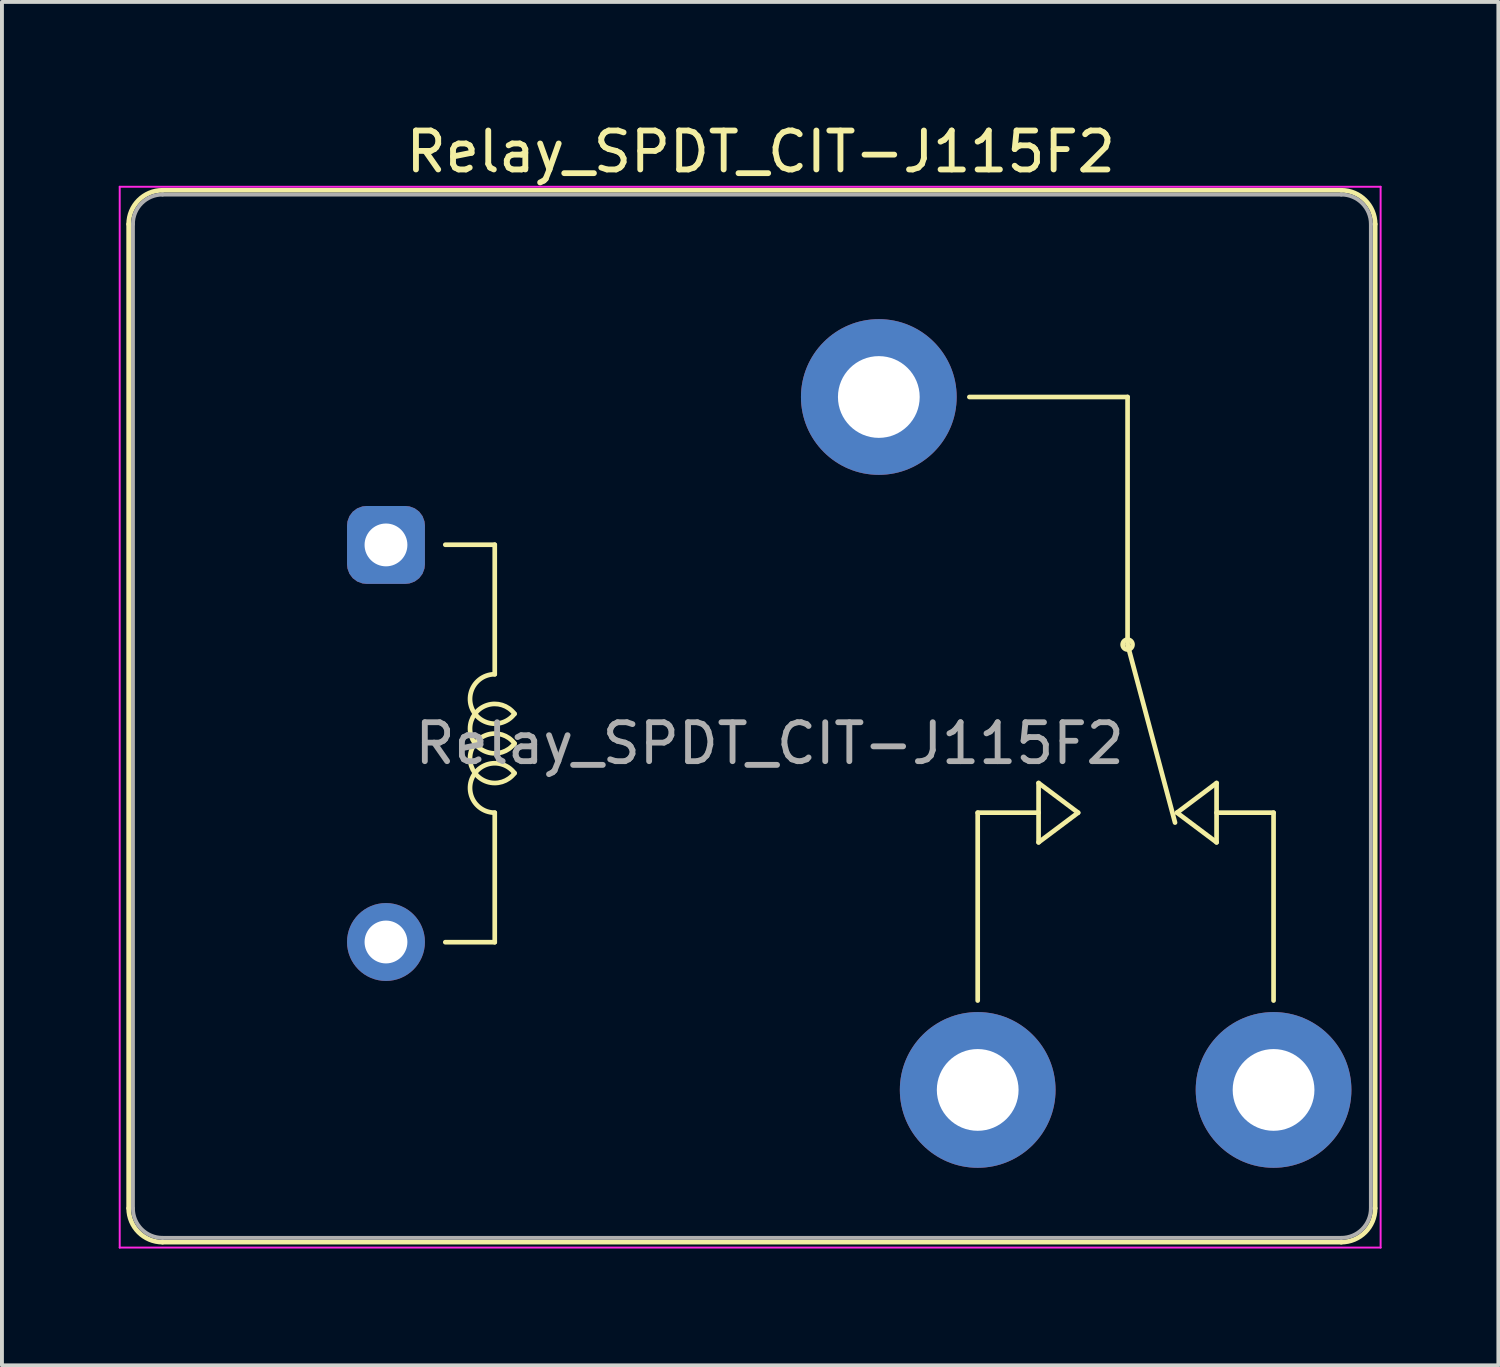
<source format=kicad_pcb>
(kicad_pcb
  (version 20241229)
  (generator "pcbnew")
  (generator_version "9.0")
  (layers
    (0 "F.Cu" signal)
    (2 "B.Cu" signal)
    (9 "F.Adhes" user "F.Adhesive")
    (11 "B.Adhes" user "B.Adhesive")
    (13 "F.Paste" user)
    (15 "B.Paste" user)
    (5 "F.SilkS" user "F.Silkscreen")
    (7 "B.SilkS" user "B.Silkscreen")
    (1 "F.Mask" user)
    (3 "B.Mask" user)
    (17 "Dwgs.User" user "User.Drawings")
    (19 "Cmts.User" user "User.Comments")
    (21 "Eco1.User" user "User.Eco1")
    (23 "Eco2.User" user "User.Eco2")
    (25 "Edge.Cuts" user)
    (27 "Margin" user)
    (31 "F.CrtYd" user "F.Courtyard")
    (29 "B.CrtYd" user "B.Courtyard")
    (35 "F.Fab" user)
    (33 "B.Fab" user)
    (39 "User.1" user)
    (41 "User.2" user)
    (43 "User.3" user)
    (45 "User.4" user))
  (footprint "Relay_SPDT_CIT-J115F2"
    (layer "F.Cu")
    (at 4.325 16.048)
    (property "Reference" "Relay_SPDT_CIT-J115F2" (at 12.167 -15.2 0) (layer "F.SilkS") (effects (font (size 1 1) (thickness 0.15))))
    (attr through_hole)
    (fp_line (start -4.07 -13.34) (end -4.07 11.94) (stroke (width 0.12) (type solid)) (layer "F.SilkS"))
    (fp_line (start -3.2 -14.21) (end 27.08 -14.21) (stroke (width 0.12) (type solid)) (layer "F.SilkS"))
    (fp_line (start -3.2 12.81) (end 27.08 12.81) (stroke (width 0.12) (type solid)) (layer "F.SilkS"))
    (fp_line (start 4.064 -5.105) (end 5.334 -5.105) (stroke (width 0.12) (type solid)) (layer "F.SilkS"))
    (fp_line (start 5.334 -1.778) (end 5.334 -5.105) (stroke (width 0.12) (type solid)) (layer "F.SilkS"))
    (fp_line (start 5.334 5.105) (end 4.064 5.105) (stroke (width 0.12) (type solid)) (layer "F.SilkS"))
    (fp_line (start 5.334 5.105) (end 5.334 1.778) (stroke (width 0.12) (type solid)) (layer "F.SilkS"))
    (fp_line (start 17.74 1.778) (end 19.304 1.778) (stroke (width 0.12) (type solid)) (layer "F.SilkS"))
    (fp_line (start 17.74 6.604) (end 17.74 1.778) (stroke (width 0.12) (type solid)) (layer "F.SilkS"))
    (fp_line (start 19.304 1.016) (end 19.304 2.54) (stroke (width 0.12) (type solid)) (layer "F.SilkS"))
    (fp_line (start 19.304 2.54) (end 20.32 1.778) (stroke (width 0.12) (type solid)) (layer "F.SilkS"))
    (fp_line (start 20.32 1.778) (end 19.304 1.016) (stroke (width 0.12) (type solid)) (layer "F.SilkS"))
    (fp_line (start 21.59 -8.9) (end 17.526 -8.9) (stroke (width 0.12) (type solid)) (layer "F.SilkS"))
    (fp_line (start 21.59 -2.54) (end 21.59 -8.9) (stroke (width 0.12) (type solid)) (layer "F.SilkS"))
    (fp_line (start 21.59 -2.54) (end 22.809 2.032) (stroke (width 0.12) (type solid)) (layer "F.SilkS"))
    (fp_line (start 22.86 1.778) (end 23.876 1.016) (stroke (width 0.12) (type solid)) (layer "F.SilkS"))
    (fp_line (start 23.876 1.778) (end 25.34 1.778) (stroke (width 0.12) (type solid)) (layer "F.SilkS"))
    (fp_line (start 23.876 2.54) (end 22.86 1.778) (stroke (width 0.12) (type solid)) (layer "F.SilkS"))
    (fp_line (start 23.876 2.54) (end 23.876 1.016) (stroke (width 0.12) (type solid)) (layer "F.SilkS"))
    (fp_line (start 25.34 1.778) (end 25.34 6.604) (stroke (width 0.12) (type solid)) (layer "F.SilkS"))
    (fp_line (start 27.95 -13.34) (end 27.95 11.94) (stroke (width 0.12) (type solid)) (layer "F.SilkS"))
    (fp_arc (start -4.07 -13.34) (mid -3.815183 -13.955183) (end -3.2 -14.21) (stroke (width 0.12) (type solid)) (layer "F.SilkS"))
    (fp_arc (start -3.2 12.81) (mid -3.815183 12.555183) (end -4.07 11.94) (stroke (width 0.12) (type solid)) (layer "F.SilkS"))
    (fp_arc (start 5.334002 1.777997) (mid 4.765966 0.859166) (end 5.841802 0.76173) (stroke (width 0.12) (type solid)) (layer "F.SilkS"))
    (fp_arc (start 5.8418 -0.761733) (mid 4.765964 -0.859168) (end 5.334 -1.778) (stroke (width 0.12) (type solid)) (layer "F.SilkS"))
    (fp_arc (start 5.842265 -0.000355) (mid 4.699002 -0.38078) (end 5.842 -0.762001) (stroke (width 0.12) (type solid)) (layer "F.SilkS"))
    (fp_arc (start 5.842266 0.761644) (mid 4.699003 0.381219) (end 5.842001 -0.000002) (stroke (width 0.12) (type solid)) (layer "F.SilkS"))
    (fp_arc (start 27.08 -14.21) (mid 27.695183 -13.955183) (end 27.95 -13.34) (stroke (width 0.12) (type solid)) (layer "F.SilkS"))
    (fp_arc (start 27.95 11.94) (mid 27.695183 12.555183) (end 27.08 12.81) (stroke (width 0.12) (type solid)) (layer "F.SilkS"))
    (fp_circle (center 21.59 -2.54) (end 21.59 -2.413) (stroke (width 0.12) (type solid)) (fill no) (layer "F.SilkS"))
    (fp_line (start -4.3 -14.3) (end -4.3 12.95) (stroke (width 0.05) (type solid)) (layer "F.CrtYd"))
    (fp_line (start -4.3 -14.3) (end 28.09 -14.3) (stroke (width 0.05) (type solid)) (layer "F.CrtYd"))
    (fp_line (start -4.3 12.95) (end 28.09 12.95) (stroke (width 0.05) (type solid)) (layer "F.CrtYd"))
    (fp_line (start 28.09 -14.3) (end 28.09 12.95) (stroke (width 0.05) (type solid)) (layer "F.CrtYd"))
    (fp_line (start -3.96 -13.34) (end -3.96 11.94) (stroke (width 0.1) (type solid)) (layer "F.Fab"))
    (fp_line (start -3.2 -14.1) (end 27.08 -14.1) (stroke (width 0.1) (type solid)) (layer "F.Fab"))
    (fp_line (start -3.2 12.7) (end 27.08 12.7) (stroke (width 0.1) (type solid)) (layer "F.Fab"))
    (fp_line (start 27.84 -13.34) (end 27.84 11.94) (stroke (width 0.1) (type solid)) (layer "F.Fab"))
    (fp_arc (start -3.96 -13.34) (mid -3.737401 -13.877401) (end -3.2 -14.1) (stroke (width 0.1) (type solid)) (layer "F.Fab"))
    (fp_arc (start -3.2 12.7) (mid -3.737401 12.477401) (end -3.96 11.94) (stroke (width 0.1) (type solid)) (layer "F.Fab"))
    (fp_arc (start 27.08 -14.1) (mid 27.617401 -13.877401) (end 27.84 -13.34) (stroke (width 0.1) (type solid)) (layer "F.Fab"))
    (fp_arc (start 27.84 11.94) (mid 27.617401 12.477401) (end 27.08 12.7) (stroke (width 0.1) (type solid)) (layer "F.Fab"))
    (fp_text user "${REFERENCE}" (at 12.395 0 0) (layer "F.Fab") (effects (font (size 1 1) (thickness 0.15))))
    (pad "11" thru_hole circle (at 15.2 -8.9 180) (size 4 4) (drill 2.1) (layers "*.Cu" "*.Mask"))
    (pad "12" thru_hole circle (at 25.34 8.9 180) (size 4 4) (drill 2.1) (layers "*.Cu" "*.Mask"))
    (pad "14" thru_hole circle (at 17.74 8.9 180) (size 4 4) (drill 2.1) (layers "*.Cu" "*.Mask"))
    (pad "A1" thru_hole roundrect (at 2.54 -5.1 180) (size 2 2) (drill 1.1) (layers "*.Cu" "*.Mask") (roundrect_rratio 0.25))
    (pad "A2" thru_hole circle (at 2.54 5.1 180) (size 2 2) (drill 1.1) (layers "*.Cu" "*.Mask")))
  (gr_rect
    (start -3 -3)
    (end 35.44 32.023)
    (stroke (width 0.1) (type default))
    (fill no)
    (layer "Edge.Cuts")))
</source>
